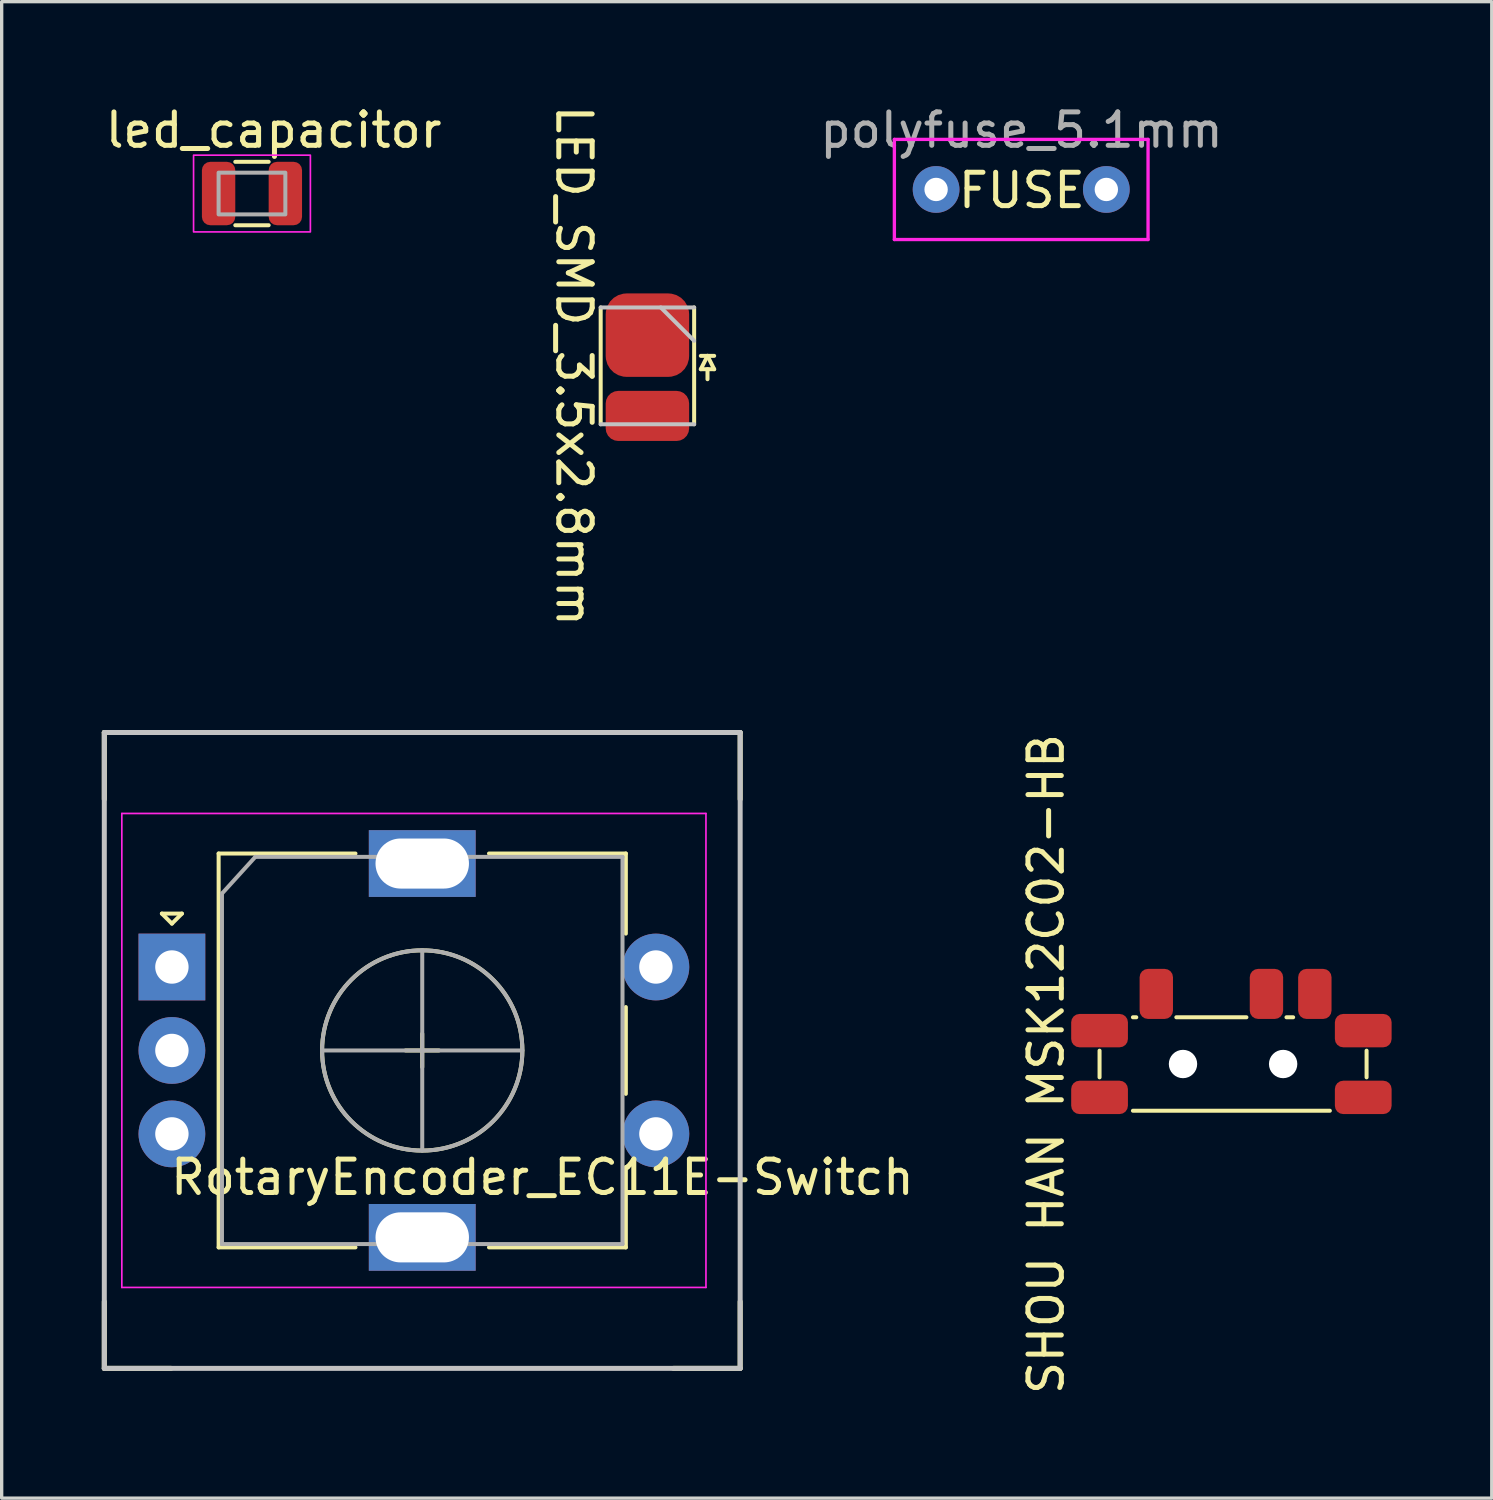
<source format=kicad_pcb>
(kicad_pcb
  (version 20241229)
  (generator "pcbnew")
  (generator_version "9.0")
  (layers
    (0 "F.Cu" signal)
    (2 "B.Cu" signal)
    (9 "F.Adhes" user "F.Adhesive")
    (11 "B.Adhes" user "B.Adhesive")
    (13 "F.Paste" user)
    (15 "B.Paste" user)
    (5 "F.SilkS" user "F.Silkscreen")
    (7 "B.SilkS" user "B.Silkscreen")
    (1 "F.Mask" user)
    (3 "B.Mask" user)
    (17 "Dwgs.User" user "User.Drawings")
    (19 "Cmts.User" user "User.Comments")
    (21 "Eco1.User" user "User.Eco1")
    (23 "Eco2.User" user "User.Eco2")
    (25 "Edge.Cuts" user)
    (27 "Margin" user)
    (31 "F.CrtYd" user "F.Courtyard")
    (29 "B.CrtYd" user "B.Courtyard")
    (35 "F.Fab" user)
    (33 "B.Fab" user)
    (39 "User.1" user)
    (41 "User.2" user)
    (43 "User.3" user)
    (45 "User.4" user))
  (footprint "polyfuse_5.1mm"
    (layer "F.Cu")
    (at 27.545 2.626)
    (property "Reference" "polyfuse_5.1mm" (at 0.01 -1.778 0) (layer "F.Fab") (effects (font (size 1 1) (thickness 0.15))))
    (attr through_hole)
    (fp_line (start -3.8 -1.5) (end 3.8 -1.5) (stroke (width 0.1) (type solid)) (layer "F.CrtYd"))
    (fp_line (start -3.8 1.5) (end -3.8 -1.5) (stroke (width 0.1) (type solid)) (layer "F.CrtYd"))
    (fp_line (start 3.8 -1.5) (end 3.8 1.5) (stroke (width 0.1) (type solid)) (layer "F.CrtYd"))
    (fp_line (start 3.8 1.5) (end -3.8 1.5) (stroke (width 0.1) (type solid)) (layer "F.CrtYd"))
    (fp_text user "FUSE" (at 0.02 0.03 0) (layer "F.SilkS") (effects (font (size 1 1) (thickness 0.15))))
    (pad "1" thru_hole circle (at -2.55 0) (size 1.4 1.4) (drill 0.7) (layers "*.Cu" "*.Mask"))
    (pad "2" thru_hole circle (at 2.55 0) (size 1.4 1.4) (drill 0.7) (layers "*.Cu" "*.Mask")))
  (footprint "RotaryEncoder_EC11E-Switch"
    (layer "F.Cu")
    (at 9.6 28.421)
    (property "Reference" "RotaryEncoder_EC11E-Switch" (at 3.6 3.8 0) (unlocked yes) (layer "F.SilkS") (effects (font (size 1 1) (thickness 0.15))))
    (attr through_hole)
    (fp_line (start -9.525 -9.525) (end -7.525 -9.525) (stroke (width 0.15) (type solid)) (layer "F.SilkS"))
    (fp_line (start -9.525 -7.525) (end -9.525 -9.525) (stroke (width 0.15) (type solid)) (layer "F.SilkS"))
    (fp_line (start -9.525 9.525) (end -9.525 7.525) (stroke (width 0.15) (type solid)) (layer "F.SilkS"))
    (fp_line (start -7.8 -4.1) (end -7.2 -4.1) (stroke (width 0.12) (type solid)) (layer "F.SilkS"))
    (fp_line (start -7.525 9.525) (end -9.525 9.525) (stroke (width 0.15) (type solid)) (layer "F.SilkS"))
    (fp_line (start -7.5 -3.8) (end -7.8 -4.1) (stroke (width 0.12) (type solid)) (layer "F.SilkS"))
    (fp_line (start -7.2 -4.1) (end -7.5 -3.8) (stroke (width 0.12) (type solid)) (layer "F.SilkS"))
    (fp_line (start -6.1 -5.9) (end -6.1 5.9) (stroke (width 0.12) (type solid)) (layer "F.SilkS"))
    (fp_line (start -2 -5.9) (end -6.1 -5.9) (stroke (width 0.12) (type solid)) (layer "F.SilkS"))
    (fp_line (start -2 5.9) (end -6.1 5.9) (stroke (width 0.12) (type solid)) (layer "F.SilkS"))
    (fp_line (start -0.5 0) (end 0.5 0) (stroke (width 0.12) (type solid)) (layer "F.SilkS"))
    (fp_line (start 0 -0.5) (end 0 0.5) (stroke (width 0.12) (type solid)) (layer "F.SilkS"))
    (fp_line (start 2 -5.9) (end 6.1 -5.9) (stroke (width 0.12) (type solid)) (layer "F.SilkS"))
    (fp_line (start 6.1 -5.9) (end 6.1 -3.5) (stroke (width 0.12) (type solid)) (layer "F.SilkS"))
    (fp_line (start 6.1 -1.3) (end 6.1 1.3) (stroke (width 0.12) (type solid)) (layer "F.SilkS"))
    (fp_line (start 6.1 3.5) (end 6.1 5.9) (stroke (width 0.12) (type solid)) (layer "F.SilkS"))
    (fp_line (start 6.1 5.9) (end 2 5.9) (stroke (width 0.12) (type solid)) (layer "F.SilkS"))
    (fp_line (start 7.525 -9.525) (end 9.525 -9.525) (stroke (width 0.15) (type solid)) (layer "F.SilkS"))
    (fp_line (start 9.525 -9.525) (end 9.525 -7.525) (stroke (width 0.15) (type solid)) (layer "F.SilkS"))
    (fp_line (start 9.525 7.525) (end 9.525 9.525) (stroke (width 0.15) (type solid)) (layer "F.SilkS"))
    (fp_line (start 9.525 9.525) (end 7.525 9.525) (stroke (width 0.15) (type solid)) (layer "F.SilkS"))
    (fp_circle (center 0 0) (end 3 0) (stroke (width 0.12) (type solid)) (fill no) (layer "F.SilkS"))
    (fp_line (start -9.525 -9.525) (end 9.525 -9.525) (stroke (width 0.15) (type solid)) (layer "Dwgs.User"))
    (fp_line (start -9.525 9.525) (end -9.525 -9.525) (stroke (width 0.15) (type solid)) (layer "Dwgs.User"))
    (fp_line (start 9.525 -9.525) (end 9.525 9.525) (stroke (width 0.15) (type solid)) (layer "Dwgs.User"))
    (fp_line (start 9.525 9.525) (end -9.525 9.525) (stroke (width 0.15) (type solid)) (layer "Dwgs.User"))
    (fp_line (start -9 -7.1) (end -9 7.1) (stroke (width 0.05) (type solid)) (layer "F.CrtYd"))
    (fp_line (start -9 -7.1) (end 8.5 -7.1) (stroke (width 0.05) (type solid)) (layer "F.CrtYd"))
    (fp_line (start 8.5 7.1) (end -9 7.1) (stroke (width 0.05) (type solid)) (layer "F.CrtYd"))
    (fp_line (start 8.5 7.1) (end 8.5 -7.1) (stroke (width 0.05) (type solid)) (layer "F.CrtYd"))
    (fp_line (start -6 -4.7) (end -5 -5.8) (stroke (width 0.12) (type solid)) (layer "F.Fab"))
    (fp_line (start -6 5.8) (end -6 -4.7) (stroke (width 0.12) (type solid)) (layer "F.Fab"))
    (fp_line (start -5 -5.8) (end 6 -5.8) (stroke (width 0.12) (type solid)) (layer "F.Fab"))
    (fp_line (start -3 0) (end 3 0) (stroke (width 0.12) (type solid)) (layer "F.Fab"))
    (fp_line (start 0 -3) (end 0 3) (stroke (width 0.12) (type solid)) (layer "F.Fab"))
    (fp_line (start 6 -5.8) (end 6 5.8) (stroke (width 0.12) (type solid)) (layer "F.Fab"))
    (fp_line (start 6 5.8) (end -6 5.8) (stroke (width 0.12) (type solid)) (layer "F.Fab"))
    (fp_circle (center 0 0) (end 3 0) (stroke (width 0.12) (type solid)) (fill no) (layer "F.Fab"))
    (pad "A" thru_hole rect (at -7.5 -2.5) (size 2 2) (drill 1) (layers "*.Cu" "*.Mask"))
    (pad "B" thru_hole circle (at -7.5 2.5) (size 2 2) (drill 1) (layers "*.Cu" "*.Mask"))
    (pad "C" thru_hole circle (at -7.5 0) (size 2 2) (drill 1) (layers "*.Cu" "*.Mask"))
    (pad "MP" thru_hole rect (at 0 -5.6) (size 3.2 2) (drill oval 2.8 1.5) (layers "*.Cu" "*.Mask"))
    (pad "MP" thru_hole rect (at 0 5.6) (size 3.2 2) (drill oval 2.8 1.5) (layers "*.Cu" "*.Mask"))
    (pad "S1" thru_hole circle (at 7 2.5) (size 2 2) (drill 1) (layers "*.Cu" "*.Mask"))
    (pad "S2" thru_hole circle (at 7 -2.5) (size 2 2) (drill 1) (layers "*.Cu" "*.Mask")))
  (footprint "SHOU HAN MSK12C02-HB"
    (layer "F.Cu")
    (at 33.892 28.827)
    (property "Reference" "SHOU HAN MSK12C02-HB" (at -5.6 0 90) (unlocked yes) (layer "F.SilkS") (effects (font (size 1 1) (thickness 0.15))))
    (attr smd)
    (fp_line (start -4 -0.4) (end -4 0.4) (stroke (width 0.12) (type solid)) (layer "F.SilkS"))
    (fp_line (start -3 1.4) (end 2.9 1.4) (stroke (width 0.12) (type solid)) (layer "F.SilkS"))
    (fp_line (start -2.9 -1.4) (end -3 -1.4) (stroke (width 0.12) (type solid)) (layer "F.SilkS"))
    (fp_line (start 0.4 -1.4) (end -1.7 -1.4) (stroke (width 0.12) (type solid)) (layer "F.SilkS"))
    (fp_line (start 1.8 -1.4) (end 1.6 -1.4) (stroke (width 0.12) (type solid)) (layer "F.SilkS"))
    (fp_line (start 4 0.4) (end 4 -0.4) (stroke (width 0.12) (type solid)) (layer "F.SilkS"))
    (pad "" np_thru_hole circle (at -1.5 0) (size 0.85 0.85) (drill 0.85) (layers "*.Cu" "*.Mask"))
    (pad "" np_thru_hole circle (at 1.5 0) (size 0.85 0.85) (drill 0.85) (layers "*.Cu" "*.Mask"))
    (pad "1" smd roundrect (at -2.3 -2.1) (size 1 1.5) (layers "F.Cu" "F.Mask" "F.Paste") (roundrect_rratio 0.25))
    (pad "2" smd roundrect (at 1 -2.1) (size 1 1.5) (layers "F.Cu" "F.Mask" "F.Paste") (roundrect_rratio 0.25))
    (pad "3" smd roundrect (at 2.45 -2.1) (size 1 1.5) (layers "F.Cu" "F.Mask" "F.Paste") (roundrect_rratio 0.25))
    (pad "4" smd roundrect (at -4 -1) (size 1.7 1) (layers "F.Cu" "F.Mask" "F.Paste") (roundrect_rratio 0.25))
    (pad "4" smd roundrect (at -4 1) (size 1.7 1) (layers "F.Cu" "F.Mask" "F.Paste") (roundrect_rratio 0.25))
    (pad "4" smd roundrect (at 3.9 -1) (size 1.7 1) (layers "F.Cu" "F.Mask" "F.Paste") (roundrect_rratio 0.25))
    (pad "4" smd roundrect (at 3.9 1) (size 1.7 1) (layers "F.Cu" "F.Mask" "F.Paste") (roundrect_rratio 0.25)))
  (footprint "led_capacitor"
    (layer "F.Cu")
    (at 4.499 2.748)
    (property "Reference" "led_capacitor" (at 0.65 -1.9 0) (unlocked yes) (layer "F.SilkS") (effects (font (size 1 1) (thickness 0.15))))
    (attr smd)
    (fp_line (start -0.5 -0.95) (end 0.5 -0.95) (stroke (width 0.12) (type solid)) (layer "F.SilkS"))
    (fp_line (start -0.5 0.95) (end 0.5 0.95) (stroke (width 0.12) (type solid)) (layer "F.SilkS"))
    (fp_rect (start -1.75 -1.15) (end 1.75 1.15) (stroke (width 0.05) (type solid)) (fill no) (layer "F.CrtYd"))
    (fp_rect (start -1 -0.625) (end 1 0.625) (stroke (width 0.12) (type solid)) (fill no) (layer "F.Fab"))
    (pad "1" smd roundrect (at -1 0) (size 1 1.9) (layers "F.Cu" "F.Mask" "F.Paste") (roundrect_rratio 0.25))
    (pad "2" smd roundrect (at 1 0) (size 1 1.9) (layers "F.Cu" "F.Mask" "F.Paste") (roundrect_rratio 0.25)))
  (footprint "LED_SMD_3.5x2.8mm"
    (layer "F.Cu")
    (at 16.346 7.911)
    (property "Reference" "LED_SMD_3.5x2.8mm" (at -2.2 0 270) (unlocked yes) (layer "F.SilkS") (effects (font (size 1 1) (thickness 0.15))))
    (attr smd)
    (fp_line (start -1.4 1.75) (end -1.4 -1.75) (stroke (width 0.12) (type solid)) (layer "F.SilkS"))
    (fp_line (start 1.4 -1.75) (end 1.4 1.75) (stroke (width 0.12) (type solid)) (layer "F.SilkS"))
    (fp_line (start 1.6 -0.3) (end 2 -0.3) (stroke (width 0.12) (type solid)) (layer "F.SilkS"))
    (fp_line (start 1.6 0.1) (end 2 0.1) (stroke (width 0.12) (type solid)) (layer "F.SilkS"))
    (fp_line (start 1.8 -0.3) (end 1.6 0.1) (stroke (width 0.12) (type solid)) (layer "F.SilkS"))
    (fp_line (start 1.8 0.1) (end 1.8 0.4) (stroke (width 0.12) (type solid)) (layer "F.SilkS"))
    (fp_line (start 2 0.1) (end 1.8 -0.3) (stroke (width 0.12) (type solid)) (layer "F.SilkS"))
    (fp_line (start -1.4 -1.75) (end 1.4 -1.75) (stroke (width 0.12) (type solid)) (layer "Dwgs.User"))
    (fp_line (start 0.4 -1.75) (end 1.4 -0.75) (stroke (width 0.12) (type solid)) (layer "Dwgs.User"))
    (fp_line (start 1.4 1.75) (end -1.4 1.75) (stroke (width 0.12) (type solid)) (layer "Dwgs.User"))
    (pad "1" smd roundrect (at 0 -0.92) (size 2.5 2.5) (layers "F.Cu" "F.Mask" "F.Paste") (roundrect_rratio 0.25))
    (pad "2" smd roundrect (at 0 1.5) (size 2.5 1.5) (layers "F.Cu" "F.Mask" "F.Paste") (roundrect_rratio 0.25)))
  (gr_rect
    (start -3 -3)
    (end 41.642 41.833)
    (stroke (width 0.1) (type default))
    (fill no)
    (layer "Edge.Cuts")))
</source>
